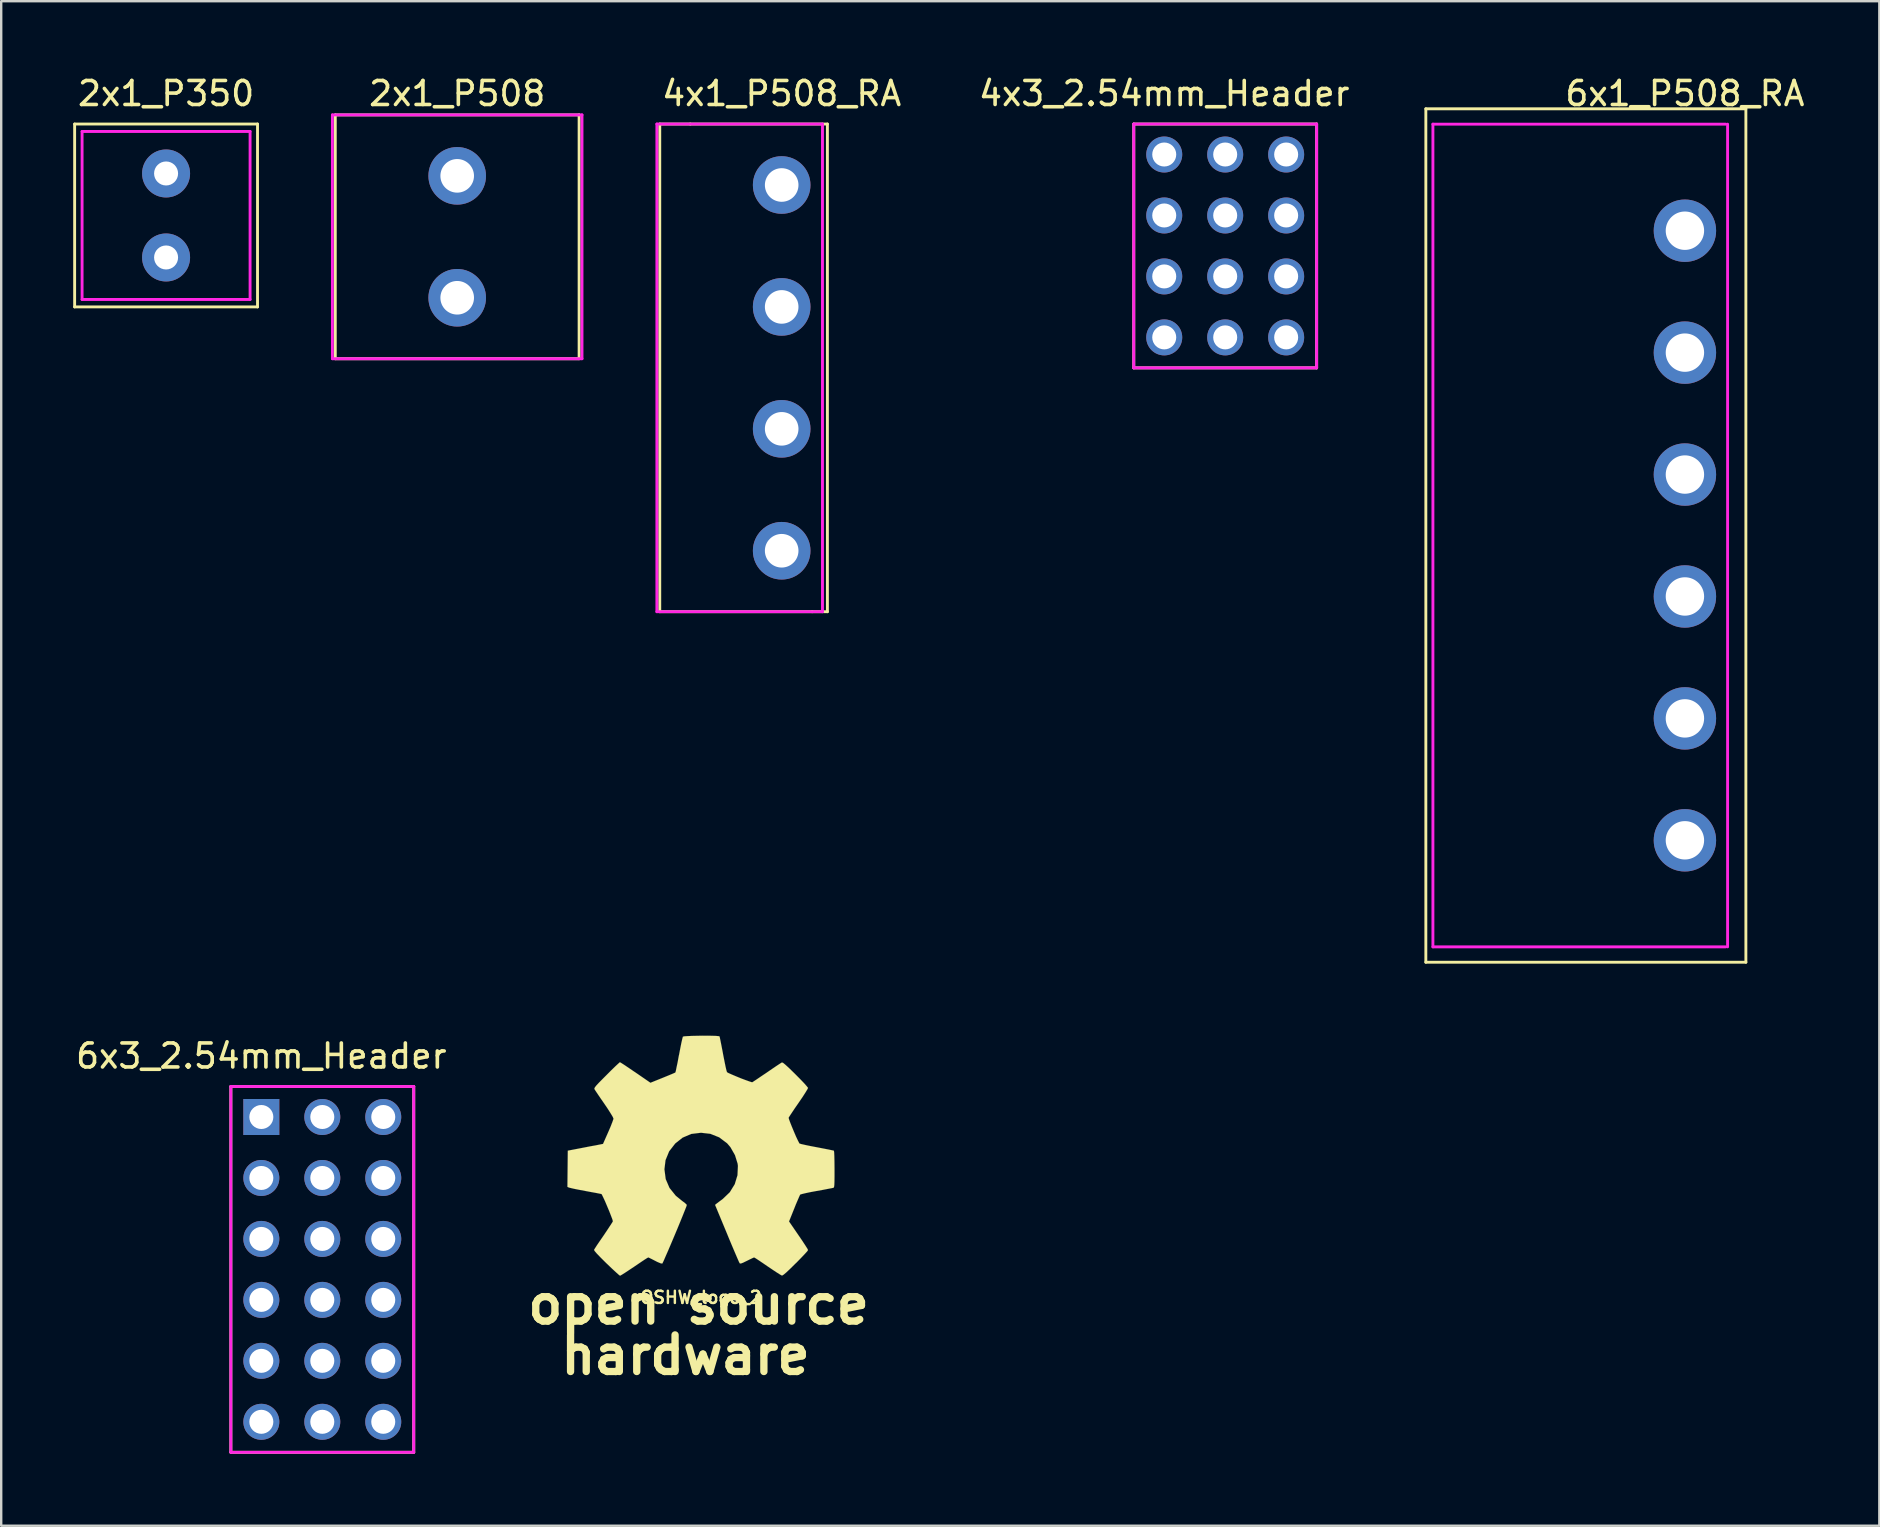
<source format=kicad_pcb>
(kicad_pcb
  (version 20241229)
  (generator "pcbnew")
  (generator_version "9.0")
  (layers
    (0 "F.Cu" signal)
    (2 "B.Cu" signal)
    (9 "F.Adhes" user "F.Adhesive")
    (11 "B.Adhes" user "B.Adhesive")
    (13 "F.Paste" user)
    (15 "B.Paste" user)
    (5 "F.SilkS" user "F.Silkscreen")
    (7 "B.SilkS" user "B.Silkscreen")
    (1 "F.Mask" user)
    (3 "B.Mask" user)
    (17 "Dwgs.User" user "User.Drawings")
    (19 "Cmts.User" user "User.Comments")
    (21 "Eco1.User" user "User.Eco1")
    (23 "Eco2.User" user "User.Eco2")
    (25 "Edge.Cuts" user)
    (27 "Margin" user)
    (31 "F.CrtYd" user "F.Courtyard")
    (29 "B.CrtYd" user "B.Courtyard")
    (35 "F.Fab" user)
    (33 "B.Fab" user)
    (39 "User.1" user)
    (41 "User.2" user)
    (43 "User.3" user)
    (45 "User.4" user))
  (footprint "6x3_2.54mm_Header"
    (layer "F.Cu")
    (at 7.839 43.492)
    (property "Reference" "6x3_2.54mm_Header" (at 0 -2.54 0) (layer "F.SilkS") (effects (font (size 1 1) (thickness 0.15))))
    (attr through_hole)
    (fp_line (start -1.27 -1.27) (end -1.27 13.97) (stroke (width 0.12) (type solid)) (layer "F.SilkS"))
    (fp_line (start -1.27 13.97) (end 6.35 13.97) (stroke (width 0.12) (type solid)) (layer "F.SilkS"))
    (fp_line (start 6.35 -1.27) (end -1.27 -1.27) (stroke (width 0.12) (type solid)) (layer "F.SilkS"))
    (fp_line (start 6.35 13.97) (end 6.35 -1.27) (stroke (width 0.12) (type solid)) (layer "F.SilkS"))
    (fp_line (start -1.27 -1.27) (end -1.27 13.97) (stroke (width 0.12) (type solid)) (layer "F.CrtYd"))
    (fp_line (start -1.27 13.97) (end 6.35 13.97) (stroke (width 0.12) (type solid)) (layer "F.CrtYd"))
    (fp_line (start 6.35 -1.27) (end -1.27 -1.27) (stroke (width 0.12) (type solid)) (layer "F.CrtYd"))
    (fp_line (start 6.35 13.97) (end 6.35 -1.27) (stroke (width 0.12) (type solid)) (layer "F.CrtYd"))
    (pad "1" thru_hole rect (at 0 0) (size 1.5 1.5) (drill 1) (layers "*.Cu" "*.Mask"))
    (pad "2" thru_hole circle (at 2.54 0) (size 1.5 1.5) (drill 1) (layers "*.Cu" "*.Mask"))
    (pad "3" thru_hole circle (at 5.08 0) (size 1.5 1.5) (drill 1) (layers "*.Cu" "*.Mask"))
    (pad "4" thru_hole circle (at 0 2.54) (size 1.5 1.5) (drill 1) (layers "*.Cu" "*.Mask"))
    (pad "5" thru_hole circle (at 2.54 2.54) (size 1.5 1.5) (drill 1) (layers "*.Cu" "*.Mask"))
    (pad "6" thru_hole circle (at 5.08 2.54) (size 1.5 1.5) (drill 1) (layers "*.Cu" "*.Mask"))
    (pad "7" thru_hole circle (at 0 5.08) (size 1.5 1.5) (drill 1) (layers "*.Cu" "*.Mask"))
    (pad "8" thru_hole circle (at 2.54 5.08) (size 1.5 1.5) (drill 1) (layers "*.Cu" "*.Mask"))
    (pad "9" thru_hole circle (at 5.08 5.08) (size 1.5 1.5) (drill 1) (layers "*.Cu" "*.Mask"))
    (pad "10" thru_hole circle (at 0 7.62) (size 1.5 1.5) (drill 1) (layers "*.Cu" "*.Mask"))
    (pad "11" thru_hole circle (at 2.54 7.62) (size 1.5 1.5) (drill 1) (layers "*.Cu" "*.Mask"))
    (pad "12" thru_hole circle (at 5.08 7.62) (size 1.5 1.5) (drill 1) (layers "*.Cu" "*.Mask"))
    (pad "13" thru_hole circle (at 0 10.16) (size 1.5 1.5) (drill 1) (layers "*.Cu" "*.Mask"))
    (pad "14" thru_hole circle (at 2.54 10.16) (size 1.5 1.5) (drill 1) (layers "*.Cu" "*.Mask"))
    (pad "15" thru_hole circle (at 5.08 10.16) (size 1.5 1.5) (drill 1) (layers "*.Cu" "*.Mask"))
    (pad "16" thru_hole circle (at 0 12.7) (size 1.5 1.5) (drill 1) (layers "*.Cu" "*.Mask"))
    (pad "17" thru_hole circle (at 2.54 12.7) (size 1.5 1.5) (drill 1) (layers "*.Cu" "*.Mask"))
    (pad "18" thru_hole circle (at 5.08 12.7) (size 1.5 1.5) (drill 1) (layers "*.Cu" "*.Mask")))
  (footprint "6x1_P508_RA"
    (layer "F.Cu")
    (at 67.155 19.263)
    (property "Reference" "6x1_P508_RA" (at 0 -18.415 0) (layer "F.SilkS") (effects (font (size 1 1) (thickness 0.15))))
    (attr through_hole)
    (fp_line (start -10.795 -17.78) (end 2.54 -17.78) (stroke (width 0.12) (type solid)) (layer "F.SilkS"))
    (fp_line (start -10.795 17.78) (end -10.795 -17.78) (stroke (width 0.12) (type solid)) (layer "F.SilkS"))
    (fp_line (start 2.54 -17.78) (end 2.54 17.78) (stroke (width 0.12) (type solid)) (layer "F.SilkS"))
    (fp_line (start 2.54 17.78) (end -10.795 17.78) (stroke (width 0.12) (type solid)) (layer "F.SilkS"))
    (fp_line (start -10.5 17.14) (end -10.5 -17.14) (stroke (width 0.12) (type solid)) (layer "F.CrtYd"))
    (fp_line (start 1.7 -17.14) (end -10.5 -17.14) (stroke (width 0.12) (type solid)) (layer "F.CrtYd"))
    (fp_line (start 1.7 17.14) (end -10.5 17.14) (stroke (width 0.12) (type solid)) (layer "F.CrtYd"))
    (fp_line (start 1.778 -17.14) (end 1.778 17.14) (stroke (width 0.12) (type solid)) (layer "F.CrtYd"))
    (pad "1" thru_hole circle (at 0 -12.7) (size 2.6 2.6) (drill 1.6) (layers "*.Cu" "*.Mask"))
    (pad "2" thru_hole circle (at 0 -7.62) (size 2.6 2.6) (drill 1.6) (layers "*.Cu" "*.Mask"))
    (pad "3" thru_hole circle (at 0 -2.54) (size 2.6 2.6) (drill 1.6) (layers "*.Cu" "*.Mask"))
    (pad "4" thru_hole circle (at 0 2.54) (size 2.6 2.6) (drill 1.6) (layers "*.Cu" "*.Mask"))
    (pad "5" thru_hole circle (at 0 7.62) (size 2.6 2.6) (drill 1.6) (layers "*.Cu" "*.Mask"))
    (pad "6" thru_hole circle (at 0 12.7) (size 2.6 2.6) (drill 1.6) (layers "*.Cu" "*.Mask")))
  (footprint "2x1_P508"
    (layer "F.Cu")
    (at 16 6.817)
    (property "Reference" "2x1_P508" (at 0 -5.969 0) (layer "F.SilkS") (effects (font (size 1 1) (thickness 0.15))))
    (attr through_hole)
    (fp_line (start -5.08 -5.08) (end -5.08 5.08) (stroke (width 0.12) (type solid)) (layer "F.SilkS"))
    (fp_line (start -5.08 5.08) (end 5.08 5.08) (stroke (width 0.12) (type solid)) (layer "F.SilkS"))
    (fp_line (start 5.08 -5.08) (end -5.08 -5.08) (stroke (width 0.12) (type solid)) (layer "F.SilkS"))
    (fp_line (start 5.08 5.08) (end 5.08 -5.08) (stroke (width 0.12) (type solid)) (layer "F.SilkS"))
    (fp_line (start -5.2 -5.08) (end 5.2 -5.08) (stroke (width 0.12) (type solid)) (layer "F.CrtYd"))
    (fp_line (start -5.2 5.08) (end -5.2 -5.08) (stroke (width 0.12) (type solid)) (layer "F.CrtYd"))
    (fp_line (start 5.2 -5.08) (end 5.2 5.08) (stroke (width 0.12) (type solid)) (layer "F.CrtYd"))
    (fp_line (start 5.2 5.08) (end -5.2 5.08) (stroke (width 0.12) (type solid)) (layer "F.CrtYd"))
    (pad "1" thru_hole circle (at 0 -2.54) (size 2.4 2.4) (drill 1.4) (layers "*.Cu" "*.Mask"))
    (pad "2" thru_hole circle (at 0 2.54) (size 2.4 2.4) (drill 1.4) (layers "*.Cu" "*.Mask")))
  (footprint "4x3_2.54mm_Header"
    (layer "F.Cu")
    (at 45.46 3.388)
    (property "Reference" "4x3_2.54mm_Header" (at 0 -2.54 0) (layer "F.SilkS") (effects (font (size 1 1) (thickness 0.15))))
    (attr through_hole)
    (fp_line (start -1.27 -1.27) (end -1.27 8.89) (stroke (width 0.12) (type solid)) (layer "F.SilkS"))
    (fp_line (start -1.27 8.89) (end 6.35 8.89) (stroke (width 0.12) (type solid)) (layer "F.SilkS"))
    (fp_line (start 6.35 -1.27) (end -1.27 -1.27) (stroke (width 0.12) (type solid)) (layer "F.SilkS"))
    (fp_line (start 6.35 8.89) (end 6.35 -1.27) (stroke (width 0.12) (type solid)) (layer "F.SilkS"))
    (fp_line (start -1.27 -1.27) (end -1.27 8.89) (stroke (width 0.12) (type solid)) (layer "F.CrtYd"))
    (fp_line (start -1.27 8.89) (end 6.35 8.89) (stroke (width 0.12) (type solid)) (layer "F.CrtYd"))
    (fp_line (start 6.35 -1.27) (end -1.27 -1.27) (stroke (width 0.12) (type solid)) (layer "F.CrtYd"))
    (fp_line (start 6.35 8.89) (end 6.35 -1.27) (stroke (width 0.12) (type solid)) (layer "F.CrtYd"))
    (pad "1" thru_hole circle (at 0 0) (size 1.5 1.5) (drill 1) (layers "*.Cu" "*.Mask"))
    (pad "2" thru_hole circle (at 2.54 0) (size 1.5 1.5) (drill 1) (layers "*.Cu" "*.Mask"))
    (pad "3" thru_hole circle (at 5.08 0) (size 1.5 1.5) (drill 1) (layers "*.Cu" "*.Mask"))
    (pad "4" thru_hole circle (at 0 2.54) (size 1.5 1.5) (drill 1) (layers "*.Cu" "*.Mask"))
    (pad "5" thru_hole circle (at 2.54 2.54) (size 1.5 1.5) (drill 1) (layers "*.Cu" "*.Mask"))
    (pad "6" thru_hole circle (at 5.08 2.54) (size 1.5 1.5) (drill 1) (layers "*.Cu" "*.Mask"))
    (pad "7" thru_hole circle (at 0 5.08) (size 1.5 1.5) (drill 1) (layers "*.Cu" "*.Mask"))
    (pad "8" thru_hole circle (at 2.54 5.08) (size 1.5 1.5) (drill 1) (layers "*.Cu" "*.Mask"))
    (pad "9" thru_hole circle (at 5.08 5.08) (size 1.5 1.5) (drill 1) (layers "*.Cu" "*.Mask"))
    (pad "10" thru_hole circle (at 0 7.62) (size 1.5 1.5) (drill 1) (layers "*.Cu" "*.Mask"))
    (pad "11" thru_hole circle (at 2.54 7.62) (size 1.5 1.5) (drill 1) (layers "*.Cu" "*.Mask"))
    (pad "12" thru_hole circle (at 5.08 7.62) (size 1.5 1.5) (drill 1) (layers "*.Cu" "*.Mask")))
  (footprint "2x1_P350"
    (layer "F.Cu")
    (at 3.87 5.928)
    (property "Reference" "2x1_P350" (at 0 -5.08 0) (layer "F.SilkS") (effects (font (size 1 1) (thickness 0.15))))
    (attr through_hole)
    (fp_line (start -3.81 -3.81) (end 3.81 -3.81) (stroke (width 0.12) (type solid)) (layer "F.SilkS"))
    (fp_line (start -3.81 3.81) (end -3.81 -3.81) (stroke (width 0.12) (type solid)) (layer "F.SilkS"))
    (fp_line (start 3.81 -3.81) (end 3.81 3.81) (stroke (width 0.12) (type solid)) (layer "F.SilkS"))
    (fp_line (start 3.81 3.81) (end -3.81 3.81) (stroke (width 0.12) (type solid)) (layer "F.SilkS"))
    (fp_line (start -3.5 -3.5) (end 3.5 -3.5) (stroke (width 0.12) (type solid)) (layer "F.CrtYd"))
    (fp_line (start -3.5 3.5) (end -3.5 -3.5) (stroke (width 0.12) (type solid)) (layer "F.CrtYd"))
    (fp_line (start 3.5 3.5) (end -3.5 3.5) (stroke (width 0.12) (type solid)) (layer "F.CrtYd"))
    (fp_line (start 3.5 3.5) (end 3.5 -3.5) (stroke (width 0.12) (type solid)) (layer "F.CrtYd"))
    (pad "1" thru_hole circle (at 0 -1.75) (size 2 2) (drill 1) (layers "*.Cu" "*.Mask"))
    (pad "2" thru_hole circle (at 0 1.75) (size 2 2) (drill 1) (layers "*.Cu" "*.Mask")))
  (footprint "4x1_P508_RA"
    (layer "F.Cu")
    (at 29.52 12.278)
    (property "Reference" "4x1_P508_RA" (at 0 -11.43 0) (layer "F.SilkS") (effects (font (size 1 1) (thickness 0.15))))
    (attr through_hole)
    (fp_line (start -5.08 -10.16) (end -5.08 10.16) (stroke (width 0.12) (type solid)) (layer "F.SilkS"))
    (fp_line (start -5.08 10.16) (end 1.27 10.16) (stroke (width 0.12) (type solid)) (layer "F.SilkS"))
    (fp_line (start -3.81 -10.16) (end -5.08 -10.16) (stroke (width 0.12) (type solid)) (layer "F.SilkS"))
    (fp_line (start 1.27 10.16) (end 1.905 10.16) (stroke (width 0.12) (type solid)) (layer "F.SilkS"))
    (fp_line (start 1.905 -10.16) (end -3.81 -10.16) (stroke (width 0.12) (type solid)) (layer "F.SilkS"))
    (fp_line (start 1.905 10.16) (end 1.905 -10.16) (stroke (width 0.12) (type solid)) (layer "F.SilkS"))
    (fp_line (start -5.2 -10.16) (end 1.7 -10.16) (stroke (width 0.12) (type solid)) (layer "F.CrtYd"))
    (fp_line (start -5.2 10.16) (end -5.2 -10.16) (stroke (width 0.12) (type solid)) (layer "F.CrtYd"))
    (fp_line (start 1.7 -10.16) (end 1.7 10.16) (stroke (width 0.12) (type solid)) (layer "F.CrtYd"))
    (fp_line (start 1.7 10.16) (end -5.2 10.16) (stroke (width 0.12) (type solid)) (layer "F.CrtYd"))
    (pad "1" thru_hole circle (at 0 -7.62) (size 2.4 2.4) (drill 1.4) (layers "*.Cu" "*.Mask"))
    (pad "2" thru_hole circle (at 0 -2.54) (size 2.4 2.4) (drill 1.4) (layers "*.Cu" "*.Mask"))
    (pad "3" thru_hole circle (at 0 2.54) (size 2.4 2.4) (drill 1.4) (layers "*.Cu" "*.Mask"))
    (pad "4" thru_hole circle (at 0 7.62) (size 2.4 2.4) (drill 1.4) (layers "*.Cu" "*.Mask")))
  (footprint "OSHW_logo_2"
    (layer "F.Cu")
    (at 26.158 45.106)
    (property "Reference" "OSHW_logo_2" (at 0 5.903 0) (layer "F.SilkS") (effects (font (size 0.508 0.508) (thickness 0.102))))
    (attr through_hole)
    (fp_poly (pts (xy -3.373 4.999) (xy -3.315 4.968) (xy -3.185 4.887) (xy -3 4.765) (xy -2.779 4.618) (xy -2.558 4.468) (xy -2.377 4.346) (xy -2.25 4.265) (xy -2.197 4.237) (xy -2.169 4.247) (xy -2.065 4.298) (xy -1.913 4.376) (xy -1.824 4.422) (xy -1.684 4.481) (xy -1.615 4.493) (xy -1.603 4.475) (xy -1.552 4.369) (xy -1.473 4.186) (xy -1.367 3.945) (xy -1.247 3.663) (xy -1.118 3.358) (xy -0.988 3.048) (xy -0.866 2.751) (xy -0.757 2.484) (xy -0.671 2.268) (xy -0.612 2.118) (xy -0.592 2.052) (xy -0.597 2.04) (xy -0.668 1.971) (xy -0.79 1.88) (xy -1.052 1.666) (xy -1.313 1.341) (xy -1.471 0.973) (xy -1.524 0.564) (xy -1.478 0.183) (xy -1.328 -0.183) (xy -1.074 -0.511) (xy -0.767 -0.754) (xy -0.406 -0.909) (xy 0 -0.958) (xy 0.389 -0.914) (xy 0.759 -0.767) (xy 1.09 -0.518) (xy 1.227 -0.358) (xy 1.417 -0.025) (xy 1.527 0.33) (xy 1.539 0.422) (xy 1.521 0.813) (xy 1.407 1.186) (xy 1.201 1.521) (xy 0.914 1.796) (xy 0.879 1.824) (xy 0.744 1.923) (xy 0.655 1.991) (xy 0.587 2.047) (xy 1.085 3.246) (xy 1.163 3.437) (xy 1.3 3.764) (xy 1.42 4.046) (xy 1.516 4.27) (xy 1.582 4.42) (xy 1.613 4.481) (xy 1.615 4.483) (xy 1.659 4.491) (xy 1.75 4.458) (xy 1.918 4.376) (xy 2.029 4.321) (xy 2.156 4.26) (xy 2.212 4.237) (xy 2.261 4.262) (xy 2.383 4.341) (xy 2.56 4.46) (xy 2.776 4.608) (xy 2.979 4.745) (xy 3.167 4.869) (xy 3.305 4.956) (xy 3.371 4.991) (xy 3.381 4.991) (xy 3.439 4.958) (xy 3.546 4.869) (xy 3.711 4.714) (xy 3.942 4.486) (xy 3.978 4.453) (xy 4.166 4.26) (xy 4.321 4.097) (xy 4.425 3.983) (xy 4.46 3.929) (xy 4.427 3.863) (xy 4.341 3.729) (xy 4.216 3.538) (xy 4.064 3.315) (xy 3.668 2.738) (xy 3.886 2.195) (xy 3.952 2.029) (xy 4.039 1.826) (xy 4.102 1.681) (xy 4.133 1.618) (xy 4.194 1.598) (xy 4.341 1.562) (xy 4.557 1.516) (xy 4.816 1.468) (xy 5.06 1.425) (xy 5.281 1.382) (xy 5.443 1.351) (xy 5.514 1.336) (xy 5.532 1.326) (xy 5.545 1.293) (xy 5.555 1.217) (xy 5.56 1.082) (xy 5.563 0.869) (xy 5.563 0.564) (xy 5.563 0.531) (xy 5.56 0.236) (xy 5.555 0.005) (xy 5.547 -0.15) (xy 5.537 -0.208) (xy 5.537 -0.211) (xy 5.469 -0.226) (xy 5.311 -0.259) (xy 5.09 -0.302) (xy 4.826 -0.353) (xy 4.808 -0.356) (xy 4.547 -0.406) (xy 4.326 -0.452) (xy 4.171 -0.488) (xy 4.105 -0.508) (xy 4.092 -0.528) (xy 4.039 -0.63) (xy 3.962 -0.792) (xy 3.876 -0.993) (xy 3.79 -1.199) (xy 3.716 -1.384) (xy 3.665 -1.524) (xy 3.65 -1.587) (xy 3.653 -1.587) (xy 3.691 -1.651) (xy 3.782 -1.788) (xy 3.909 -1.979) (xy 4.064 -2.202) (xy 4.074 -2.217) (xy 4.227 -2.441) (xy 4.348 -2.629) (xy 4.43 -2.764) (xy 4.46 -2.824) (xy 4.46 -2.827) (xy 4.409 -2.893) (xy 4.298 -3.02) (xy 4.135 -3.19) (xy 3.94 -3.386) (xy 3.879 -3.447) (xy 3.663 -3.658) (xy 3.51 -3.797) (xy 3.419 -3.871) (xy 3.373 -3.886) (xy 3.371 -3.886) (xy 3.305 -3.846) (xy 3.165 -3.754) (xy 2.974 -3.625) (xy 2.748 -3.47) (xy 2.733 -3.459) (xy 2.51 -3.31) (xy 2.324 -3.183) (xy 2.192 -3.096) (xy 2.136 -3.061) (xy 2.126 -3.061) (xy 2.035 -3.089) (xy 1.877 -3.145) (xy 1.681 -3.218) (xy 1.476 -3.302) (xy 1.29 -3.381) (xy 1.148 -3.444) (xy 1.082 -3.482) (xy 1.082 -3.485) (xy 1.057 -3.564) (xy 1.019 -3.731) (xy 0.973 -3.96) (xy 0.919 -4.232) (xy 0.912 -4.277) (xy 0.861 -4.542) (xy 0.818 -4.76) (xy 0.787 -4.912) (xy 0.772 -4.973) (xy 0.734 -4.983) (xy 0.605 -4.994) (xy 0.406 -4.999) (xy 0.168 -5.001) (xy -0.084 -4.999) (xy -0.33 -4.994) (xy -0.541 -4.986) (xy -0.691 -4.976) (xy -0.752 -4.963) (xy -0.754 -4.961) (xy -0.777 -4.877) (xy -0.815 -4.712) (xy -0.861 -4.481) (xy -0.914 -4.206) (xy -0.925 -4.158) (xy -0.973 -3.894) (xy -1.019 -3.678) (xy -1.049 -3.528) (xy -1.067 -3.47) (xy -1.09 -3.457) (xy -1.199 -3.409) (xy -1.377 -3.335) (xy -1.595 -3.246) (xy -2.106 -3.04) (xy -2.731 -3.47) (xy -2.789 -3.508) (xy -3.012 -3.66) (xy -3.198 -3.785) (xy -3.325 -3.866) (xy -3.378 -3.896) (xy -3.383 -3.894) (xy -3.444 -3.84) (xy -3.569 -3.724) (xy -3.739 -3.559) (xy -3.934 -3.363) (xy -4.079 -3.218) (xy -4.252 -3.043) (xy -4.361 -2.926) (xy -4.42 -2.85) (xy -4.442 -2.804) (xy -4.437 -2.774) (xy -4.397 -2.71) (xy -4.305 -2.573) (xy -4.176 -2.383) (xy -4.023 -2.162) (xy -3.899 -1.979) (xy -3.764 -1.768) (xy -3.675 -1.618) (xy -3.645 -1.544) (xy -3.653 -1.514) (xy -3.696 -1.392) (xy -3.769 -1.206) (xy -3.863 -0.988) (xy -4.082 -0.493) (xy -4.404 -0.429) (xy -4.602 -0.394) (xy -4.877 -0.34) (xy -5.138 -0.29) (xy -5.55 -0.211) (xy -5.565 1.298) (xy -5.502 1.326) (xy -5.441 1.341) (xy -5.288 1.377) (xy -5.07 1.42) (xy -4.816 1.468) (xy -4.597 1.509) (xy -4.376 1.549) (xy -4.219 1.58) (xy -4.148 1.595) (xy -4.13 1.618) (xy -4.077 1.725) (xy -3.998 1.895) (xy -3.912 2.098) (xy -3.823 2.309) (xy -3.747 2.504) (xy -3.691 2.652) (xy -3.67 2.731) (xy -3.701 2.786) (xy -3.785 2.916) (xy -3.907 3.101) (xy -4.054 3.32) (xy -4.204 3.538) (xy -4.331 3.724) (xy -4.417 3.858) (xy -4.455 3.919) (xy -4.437 3.962) (xy -4.348 4.067) (xy -4.183 4.239) (xy -3.94 4.481) (xy -3.899 4.519) (xy -3.703 4.707) (xy -3.538 4.859) (xy -3.424 4.961) (xy -3.373 4.999)) (stroke (width 0.003) (type solid)) (fill yes) (layer "F.SilkS"))
    (fp_text user "hardware" (at -0.645 8.301 0) (layer "F.SilkS") (effects (font (size 1.524 1.524) (thickness 0.305))))
    (fp_text user "open source" (at -0.099 6.2 0) (layer "F.SilkS") (effects (font (size 1.524 1.524) (thickness 0.305)))))
  (gr_rect
    (start -3 -3)
    (end 75.256 60.522)
    (stroke (width 0.1) (type default))
    (fill no)
    (layer "Edge.Cuts")))
</source>
